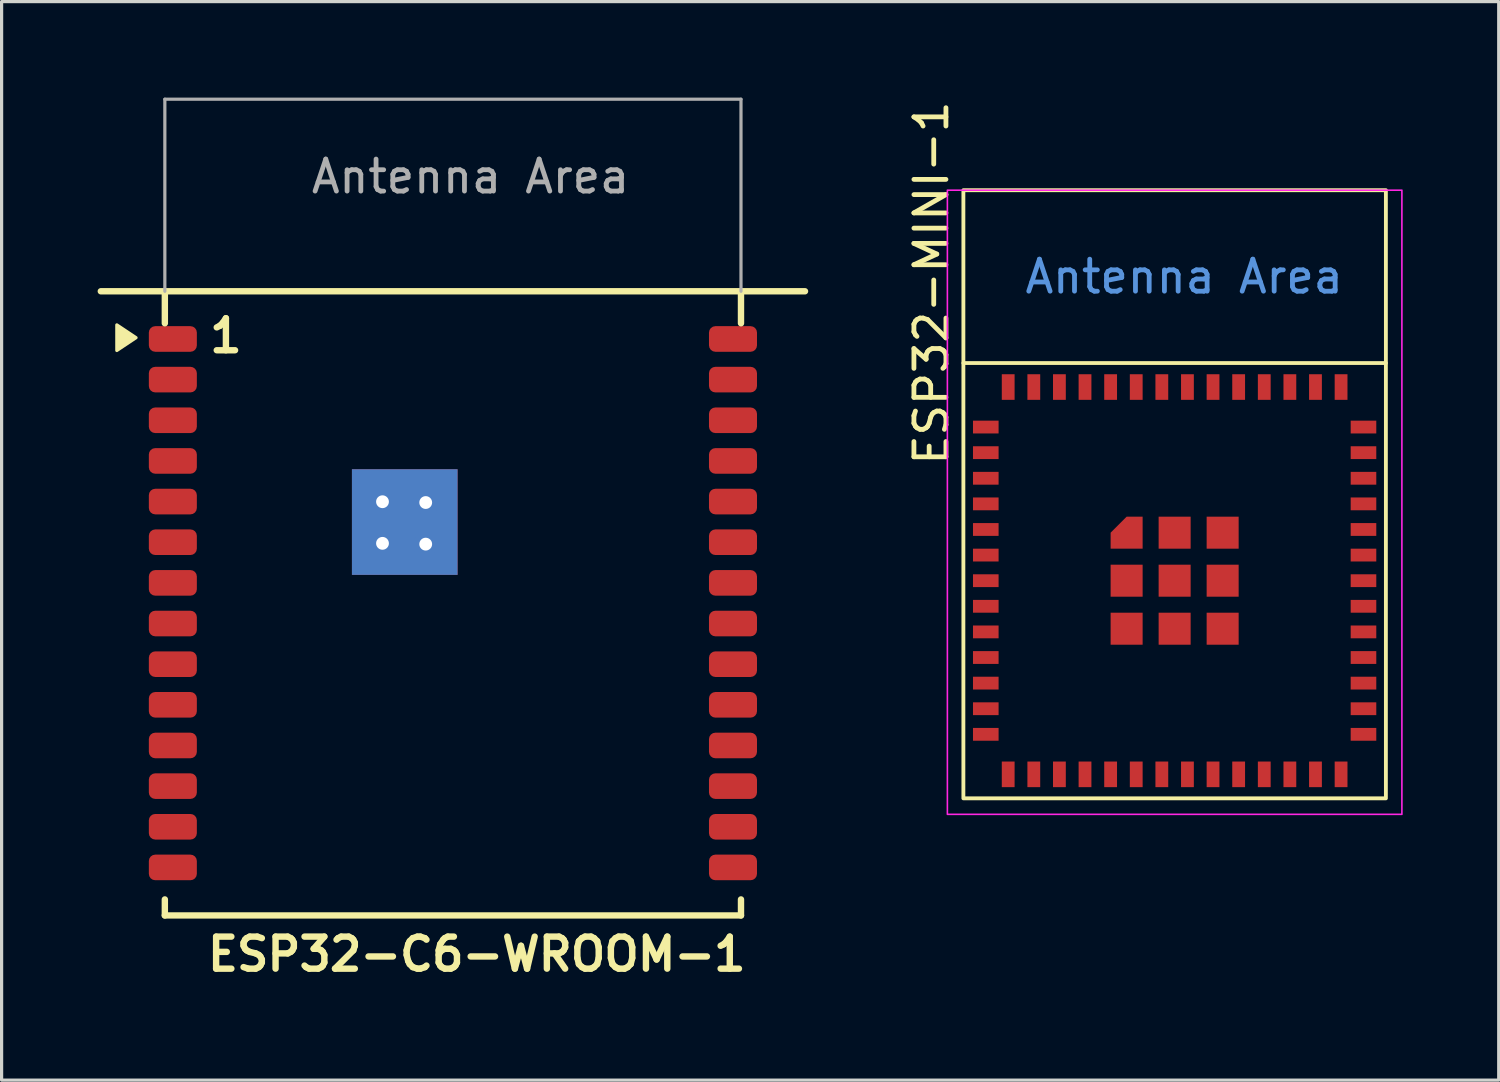
<source format=kicad_pcb>
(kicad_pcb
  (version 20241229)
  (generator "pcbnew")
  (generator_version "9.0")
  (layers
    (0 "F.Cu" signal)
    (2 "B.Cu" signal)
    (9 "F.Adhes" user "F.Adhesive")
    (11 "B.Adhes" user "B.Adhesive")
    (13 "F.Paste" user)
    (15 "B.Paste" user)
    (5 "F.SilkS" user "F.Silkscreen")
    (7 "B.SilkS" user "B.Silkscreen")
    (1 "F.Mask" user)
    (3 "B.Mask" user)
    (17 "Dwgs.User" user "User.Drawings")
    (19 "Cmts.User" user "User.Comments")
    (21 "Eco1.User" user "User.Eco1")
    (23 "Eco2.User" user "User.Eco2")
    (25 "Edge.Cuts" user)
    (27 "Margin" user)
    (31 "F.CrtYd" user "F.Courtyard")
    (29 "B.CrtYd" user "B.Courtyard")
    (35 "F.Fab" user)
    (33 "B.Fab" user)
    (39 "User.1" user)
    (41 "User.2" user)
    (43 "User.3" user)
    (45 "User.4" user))
  (footprint "ESP32-MINI-1"
    (layer "F.Cu")
    (at 33.648 14.992)
    (property "Reference" "ESP32-MINI-1" (at -7.6 -9.2 90) (unlocked yes) (layer "F.SilkS") (effects (font (size 1 1) (thickness 0.15))))
    (attr smd)
    (fp_line (start -6.6 -6.7) (end 6.6 -6.7) (stroke (width 0.12) (type solid)) (layer "F.SilkS"))
    (fp_rect (start -6.6 6.9) (end 6.6 -12.1) (stroke (width 0.12) (type solid)) (fill no) (layer "F.SilkS"))
    (fp_rect (start -7.1 7.4) (end 7.1 -12.1) (stroke (width 0.05) (type solid)) (fill no) (layer "F.CrtYd"))
    (fp_text user "Antenna Area" (at 0.3 -9.4 0) (unlocked yes) (layer "Cmts.User") (effects (font (size 1 1) (thickness 0.15))))
    (pad "1" smd rect (at -5.9 -4.7) (size 0.8 0.4) (layers "F.Cu" "F.Mask" "F.Paste"))
    (pad "2" smd rect (at -5.9 -3.9) (size 0.8 0.4) (layers "F.Cu" "F.Mask" "F.Paste"))
    (pad "3" smd rect (at -5.9 -3.1) (size 0.8 0.4) (layers "F.Cu" "F.Mask" "F.Paste"))
    (pad "4" smd rect (at -5.9 -2.3) (size 0.8 0.4) (layers "F.Cu" "F.Mask" "F.Paste"))
    (pad "5" smd rect (at -5.9 -1.5) (size 0.8 0.4) (layers "F.Cu" "F.Mask" "F.Paste"))
    (pad "6" smd rect (at -5.9 -0.7) (size 0.8 0.4) (layers "F.Cu" "F.Mask" "F.Paste"))
    (pad "7" smd rect (at -5.9 0.1) (size 0.8 0.4) (layers "F.Cu" "F.Mask" "F.Paste"))
    (pad "8" smd rect (at -5.9 0.9) (size 0.8 0.4) (layers "F.Cu" "F.Mask" "F.Paste"))
    (pad "9" smd rect (at -5.9 1.7) (size 0.8 0.4) (layers "F.Cu" "F.Mask" "F.Paste"))
    (pad "10" smd rect (at -5.9 2.5) (size 0.8 0.4) (layers "F.Cu" "F.Mask" "F.Paste"))
    (pad "11" smd rect (at -5.9 3.3) (size 0.8 0.4) (layers "F.Cu" "F.Mask" "F.Paste"))
    (pad "12" smd rect (at -5.9 4.1) (size 0.8 0.4) (layers "F.Cu" "F.Mask" "F.Paste"))
    (pad "13" smd rect (at -5.9 4.9) (size 0.8 0.4) (layers "F.Cu" "F.Mask" "F.Paste"))
    (pad "14" smd rect (at -5.2 6.15 90) (size 0.8 0.4) (layers "F.Cu" "F.Mask" "F.Paste"))
    (pad "15" smd rect (at -4.4 6.15 90) (size 0.8 0.4) (layers "F.Cu" "F.Mask" "F.Paste"))
    (pad "16" smd rect (at -3.6 6.15 90) (size 0.8 0.4) (layers "F.Cu" "F.Mask" "F.Paste"))
    (pad "17" smd rect (at -2.8 6.15 90) (size 0.8 0.4) (layers "F.Cu" "F.Mask" "F.Paste"))
    (pad "18" smd rect (at -2 6.15 90) (size 0.8 0.4) (layers "F.Cu" "F.Mask" "F.Paste"))
    (pad "19" smd rect (at -1.2 6.15 90) (size 0.8 0.4) (layers "F.Cu" "F.Mask" "F.Paste"))
    (pad "20" smd rect (at -0.4 6.15 90) (size 0.8 0.4) (layers "F.Cu" "F.Mask" "F.Paste"))
    (pad "21" smd rect (at 0.4 6.15 90) (size 0.8 0.4) (layers "F.Cu" "F.Mask" "F.Paste"))
    (pad "22" smd rect (at 1.2 6.15 90) (size 0.8 0.4) (layers "F.Cu" "F.Mask" "F.Paste"))
    (pad "23" smd rect (at 2 6.15 90) (size 0.8 0.4) (layers "F.Cu" "F.Mask" "F.Paste"))
    (pad "24" smd rect (at 2.8 6.15 90) (size 0.8 0.4) (layers "F.Cu" "F.Mask" "F.Paste"))
    (pad "25" smd rect (at 3.6 6.15 90) (size 0.8 0.4) (layers "F.Cu" "F.Mask" "F.Paste"))
    (pad "26" smd rect (at 4.4 6.15 90) (size 0.8 0.4) (layers "F.Cu" "F.Mask" "F.Paste"))
    (pad "27" smd rect (at 5.2 6.15 90) (size 0.8 0.4) (layers "F.Cu" "F.Mask" "F.Paste"))
    (pad "28" smd rect (at 5.9 4.9) (size 0.8 0.4) (layers "F.Cu" "F.Mask" "F.Paste"))
    (pad "29" smd rect (at 5.9 4.1) (size 0.8 0.4) (layers "F.Cu" "F.Mask" "F.Paste"))
    (pad "30" smd rect (at 5.9 3.3) (size 0.8 0.4) (layers "F.Cu" "F.Mask" "F.Paste"))
    (pad "31" smd rect (at 5.9 2.5) (size 0.8 0.4) (layers "F.Cu" "F.Mask" "F.Paste"))
    (pad "32" smd rect (at 5.9 1.7) (size 0.8 0.4) (layers "F.Cu" "F.Mask" "F.Paste"))
    (pad "33" smd rect (at 5.9 0.9) (size 0.8 0.4) (layers "F.Cu" "F.Mask" "F.Paste"))
    (pad "34" smd rect (at 5.9 0.1) (size 0.8 0.4) (layers "F.Cu" "F.Mask" "F.Paste"))
    (pad "35" smd rect (at 5.9 -0.7) (size 0.8 0.4) (layers "F.Cu" "F.Mask" "F.Paste"))
    (pad "36" smd rect (at 5.9 -1.5) (size 0.8 0.4) (layers "F.Cu" "F.Mask" "F.Paste"))
    (pad "37" smd rect (at 5.9 -2.3) (size 0.8 0.4) (layers "F.Cu" "F.Mask" "F.Paste"))
    (pad "38" smd rect (at 5.9 -3.1) (size 0.8 0.4) (layers "F.Cu" "F.Mask" "F.Paste"))
    (pad "39" smd rect (at 5.9 -3.9) (size 0.8 0.4) (layers "F.Cu" "F.Mask" "F.Paste"))
    (pad "40" smd rect (at 5.9 -4.7) (size 0.8 0.4) (layers "F.Cu" "F.Mask" "F.Paste"))
    (pad "41" smd rect (at 5.2 -5.95 90) (size 0.8 0.4) (layers "F.Cu" "F.Mask" "F.Paste"))
    (pad "42" smd rect (at 4.4 -5.95 90) (size 0.8 0.4) (layers "F.Cu" "F.Mask" "F.Paste"))
    (pad "43" smd rect (at 3.6 -5.95 90) (size 0.8 0.4) (layers "F.Cu" "F.Mask" "F.Paste"))
    (pad "44" smd rect (at 2.8 -5.95 90) (size 0.8 0.4) (layers "F.Cu" "F.Mask" "F.Paste"))
    (pad "45" smd rect (at 2 -5.95 90) (size 0.8 0.4) (layers "F.Cu" "F.Mask" "F.Paste"))
    (pad "46" smd rect (at 1.2 -5.95 90) (size 0.8 0.4) (layers "F.Cu" "F.Mask" "F.Paste"))
    (pad "47" smd rect (at 0.4 -5.95 90) (size 0.8 0.4) (layers "F.Cu" "F.Mask" "F.Paste"))
    (pad "48" smd rect (at -0.4 -5.95 90) (size 0.8 0.4) (layers "F.Cu" "F.Mask" "F.Paste"))
    (pad "49" smd rect (at -1.2 -5.95 90) (size 0.8 0.4) (layers "F.Cu" "F.Mask" "F.Paste"))
    (pad "50" smd rect (at -2 -5.95 90) (size 0.8 0.4) (layers "F.Cu" "F.Mask" "F.Paste"))
    (pad "51" smd rect (at -2.8 -5.95 90) (size 0.8 0.4) (layers "F.Cu" "F.Mask" "F.Paste"))
    (pad "52" smd rect (at -3.6 -5.95 90) (size 0.8 0.4) (layers "F.Cu" "F.Mask" "F.Paste"))
    (pad "53" smd rect (at -4.4 -5.95 90) (size 0.8 0.4) (layers "F.Cu" "F.Mask" "F.Paste"))
    (pad "54" smd rect (at -5.2 -5.95 90) (size 0.8 0.4) (layers "F.Cu" "F.Mask" "F.Paste"))
    (pad "55" smd roundrect (at -1.5 -1.4 90) (size 1 1) (layers "F.Cu" "F.Mask" "F.Paste") (roundrect_rratio 0) (chamfer_ratio 0.5) (chamfer top_right))
    (pad "55" smd rect (at -1.5 0.1 90) (size 1 1) (layers "F.Cu" "F.Mask" "F.Paste"))
    (pad "55" smd rect (at -1.5 1.6 90) (size 1 1) (layers "F.Cu" "F.Mask" "F.Paste"))
    (pad "55" smd rect (at 0 -1.4 90) (size 1 1) (layers "F.Cu" "F.Mask" "F.Paste"))
    (pad "55" smd rect (at 0 0.1 90) (size 1 1) (layers "F.Cu" "F.Mask" "F.Paste"))
    (pad "55" smd rect (at 0 1.6 90) (size 1 1) (layers "F.Cu" "F.Mask" "F.Paste"))
    (pad "55" smd rect (at 1.5 -1.4 90) (size 1 1) (layers "F.Cu" "F.Mask" "F.Paste"))
    (pad "55" smd rect (at 1.5 0.1 90) (size 1 1) (layers "F.Cu" "F.Mask" "F.Paste"))
    (pad "55" smd rect (at 1.5 1.6 90) (size 1 1) (layers "F.Cu" "F.Mask" "F.Paste")))
  (footprint "ESP32-C6-WROOM-1"
    (layer "F.Cu")
    (at 11.1 15.8)
    (property "Reference" "ESP32-C6-WROOM-1" (at 0.745 10.96 0) (unlocked yes) (layer "F.SilkS") (effects (font (size 1 1) (thickness 0.2) (bold yes))))
    (attr smd)
    (fp_line (start -11 -9.75) (end 11 -9.75) (stroke (width 0.2) (type solid)) (layer "F.SilkS"))
    (fp_line (start -9 -8.75) (end -9 -9.75) (stroke (width 0.2) (type solid)) (layer "F.SilkS"))
    (fp_line (start -9 9.25) (end -9 9.75) (stroke (width 0.2) (type solid)) (layer "F.SilkS"))
    (fp_line (start -9 9.75) (end 9 9.75) (stroke (width 0.2) (type solid)) (layer "F.SilkS"))
    (fp_line (start 9 -9.75) (end 9 -8.75) (stroke (width 0.2) (type solid)) (layer "F.SilkS"))
    (fp_line (start 9 9.75) (end 9 9.25) (stroke (width 0.2) (type solid)) (layer "F.SilkS"))
    (fp_poly (pts (xy -9.9 -8.3) (xy -10.5 -8.7) (xy -10.5 -7.9)) (stroke (width 0.1) (type solid)) (fill yes) (layer "F.SilkS"))
    (fp_line (start -9 -15.75) (end 9 -15.75) (stroke (width 0.1) (type default)) (layer "F.Fab"))
    (fp_line (start -9 -9.75) (end -9 -15.75) (stroke (width 0.1) (type default)) (layer "F.Fab"))
    (fp_line (start 9 -15.75) (end 9 -9.75) (stroke (width 0.1) (type default)) (layer "F.Fab"))
    (fp_text user "1" (at -7.7 -7.775 0) (unlocked yes) (layer "F.SilkS") (effects (font (size 1 1) (thickness 0.2) (bold yes)) (justify left bottom)))
    (fp_text user "Antenna Area" (at -4.5 -12.75 0) (unlocked yes) (layer "F.Fab") (effects (font (size 1 1) (thickness 0.15)) (justify left bottom)))
    (pad "" smd roundrect (at -2.76 -3.78) (size 0.8 0.8) (layers "F.Paste") (roundrect_rratio 0.25))
    (pad "" smd roundrect (at -2.76 -2.53) (size 0.8 1) (layers "F.Paste") (roundrect_rratio 0.25))
    (pad "" smd roundrect (at -2.76 -1.28) (size 0.8 0.8) (layers "F.Paste") (roundrect_rratio 0.25))
    (pad "" smd roundrect (at -1.51 -3.78) (size 1 0.8) (layers "F.Paste") (roundrect_rratio 0.25))
    (pad "" smd roundrect (at -1.51 -2.53) (size 1 1) (layers "F.Paste") (roundrect_rratio 0.25))
    (pad "" smd roundrect (at -1.51 -1.28) (size 1 0.8) (layers "F.Paste") (roundrect_rratio 0.25))
    (pad "" smd roundrect (at -0.26 -3.78) (size 0.8 0.8) (layers "F.Paste") (roundrect_rratio 0.25))
    (pad "" smd roundrect (at -0.26 -2.53) (size 0.8 1) (layers "F.Paste") (roundrect_rratio 0.25))
    (pad "" smd roundrect (at -0.26 -1.28) (size 0.8 0.8) (layers "F.Paste") (roundrect_rratio 0.25))
    (pad "1" smd roundrect (at -8.75 -8.26) (size 1.5 0.8) (layers "F.Cu" "F.Mask" "F.Paste") (roundrect_rratio 0.25))
    (pad "2" smd roundrect (at -8.75 -5.72) (size 1.5 0.8) (layers "F.Cu" "F.Mask" "F.Paste") (roundrect_rratio 0.25))
    (pad "3" smd roundrect (at -8.75 -6.99) (size 1.5 0.8) (layers "F.Cu" "F.Mask" "F.Paste") (roundrect_rratio 0.25))
    (pad "4" smd roundrect (at -8.75 -4.45) (size 1.5 0.8) (layers "F.Cu" "F.Mask" "F.Paste") (roundrect_rratio 0.25))
    (pad "5" smd roundrect (at -8.75 -3.18) (size 1.5 0.8) (layers "F.Cu" "F.Mask" "F.Paste") (roundrect_rratio 0.25))
    (pad "6" smd roundrect (at -8.75 -1.91) (size 1.5 0.8) (layers "F.Cu" "F.Mask" "F.Paste") (roundrect_rratio 0.25))
    (pad "7" smd roundrect (at -8.75 -0.64) (size 1.5 0.8) (layers "F.Cu" "F.Mask" "F.Paste") (roundrect_rratio 0.25))
    (pad "8" smd roundrect (at -8.75 0.63) (size 1.5 0.8) (layers "F.Cu" "F.Mask" "F.Paste") (roundrect_rratio 0.25))
    (pad "9" smd roundrect (at -8.75 1.9) (size 1.5 0.8) (layers "F.Cu" "F.Mask" "F.Paste") (roundrect_rratio 0.25))
    (pad "10" smd roundrect (at -8.75 3.17) (size 1.5 0.8) (layers "F.Cu" "F.Mask" "F.Paste") (roundrect_rratio 0.25))
    (pad "11" smd roundrect (at -8.75 4.44) (size 1.5 0.8) (layers "F.Cu" "F.Mask" "F.Paste") (roundrect_rratio 0.25))
    (pad "12" smd roundrect (at -8.75 5.71) (size 1.5 0.8) (layers "F.Cu" "F.Mask" "F.Paste") (roundrect_rratio 0.25))
    (pad "13" smd roundrect (at -8.75 6.98) (size 1.5 0.8) (layers "F.Cu" "F.Mask" "F.Paste") (roundrect_rratio 0.25))
    (pad "14" smd roundrect (at -8.75 8.25) (size 1.5 0.8) (layers "F.Cu" "F.Mask" "F.Paste") (roundrect_rratio 0.25))
    (pad "15" smd roundrect (at 8.75 8.25) (size 1.5 0.8) (layers "F.Cu" "F.Mask" "F.Paste") (roundrect_rratio 0.25))
    (pad "16" smd roundrect (at 8.75 6.98) (size 1.5 0.8) (layers "F.Cu" "F.Mask" "F.Paste") (roundrect_rratio 0.25))
    (pad "17" smd roundrect (at 8.75 5.71) (size 1.5 0.8) (layers "F.Cu" "F.Mask" "F.Paste") (roundrect_rratio 0.25))
    (pad "18" smd roundrect (at 8.75 4.44) (size 1.5 0.8) (layers "F.Cu" "F.Mask" "F.Paste") (roundrect_rratio 0.25))
    (pad "19" smd roundrect (at 8.75 3.17) (size 1.5 0.8) (layers "F.Cu" "F.Mask" "F.Paste") (roundrect_rratio 0.25))
    (pad "20" smd roundrect (at 8.75 1.9) (size 1.5 0.8) (layers "F.Cu" "F.Mask" "F.Paste") (roundrect_rratio 0.25))
    (pad "21" smd roundrect (at 8.75 0.63) (size 1.5 0.8) (layers "F.Cu" "F.Mask" "F.Paste") (roundrect_rratio 0.25))
    (pad "22" smd roundrect (at 8.75 -0.64) (size 1.5 0.8) (layers "F.Cu" "F.Mask" "F.Paste") (roundrect_rratio 0.25))
    (pad "23" smd roundrect (at 8.75 -1.91) (size 1.5 0.8) (layers "F.Cu" "F.Mask" "F.Paste") (roundrect_rratio 0.25))
    (pad "24" smd roundrect (at 8.75 -3.18) (size 1.5 0.8) (layers "F.Cu" "F.Mask" "F.Paste") (roundrect_rratio 0.25))
    (pad "25" smd roundrect (at 8.75 -4.45) (size 1.5 0.8) (layers "F.Cu" "F.Mask" "F.Paste") (roundrect_rratio 0.25))
    (pad "26" smd roundrect (at 8.75 -5.72) (size 1.5 0.8) (layers "F.Cu" "F.Mask" "F.Paste") (roundrect_rratio 0.25))
    (pad "27" smd roundrect (at 8.75 -6.99) (size 1.5 0.8) (layers "F.Cu" "F.Mask" "F.Paste") (roundrect_rratio 0.25))
    (pad "28" smd roundrect (at 8.75 -8.26) (size 1.5 0.8) (layers "F.Cu" "F.Mask" "F.Paste") (roundrect_rratio 0.25))
    (pad "29" thru_hole circle (at -2.2 -3.175) (size 0.8 0.8) (drill 0.4) (layers "*.Cu" "*.Mask"))
    (pad "29" thru_hole circle (at -2.2 -1.875) (size 0.8 0.8) (drill 0.4) (layers "*.Cu" "*.Mask"))
    (pad "29" smd rect (at -1.505 -2.54) (size 3.3 3.3) (layers "F.Cu" "F.Mask"))
    (pad "29" smd rect (at -1.505 -2.54) (size 3.3 3.3) (layers "B.Cu"))
    (pad "29" thru_hole circle (at -0.85 -3.15) (size 0.8 0.8) (drill 0.4) (layers "*.Cu" "*.Mask"))
    (pad "29" thru_hole circle (at -0.85 -1.85) (size 0.8 0.8) (drill 0.4) (layers "*.Cu" "*.Mask")))
  (gr_rect
    (start -3 -3)
    (end 43.773 30.696)
    (stroke (width 0.1) (type default))
    (fill no)
    (layer "Edge.Cuts")))
</source>
